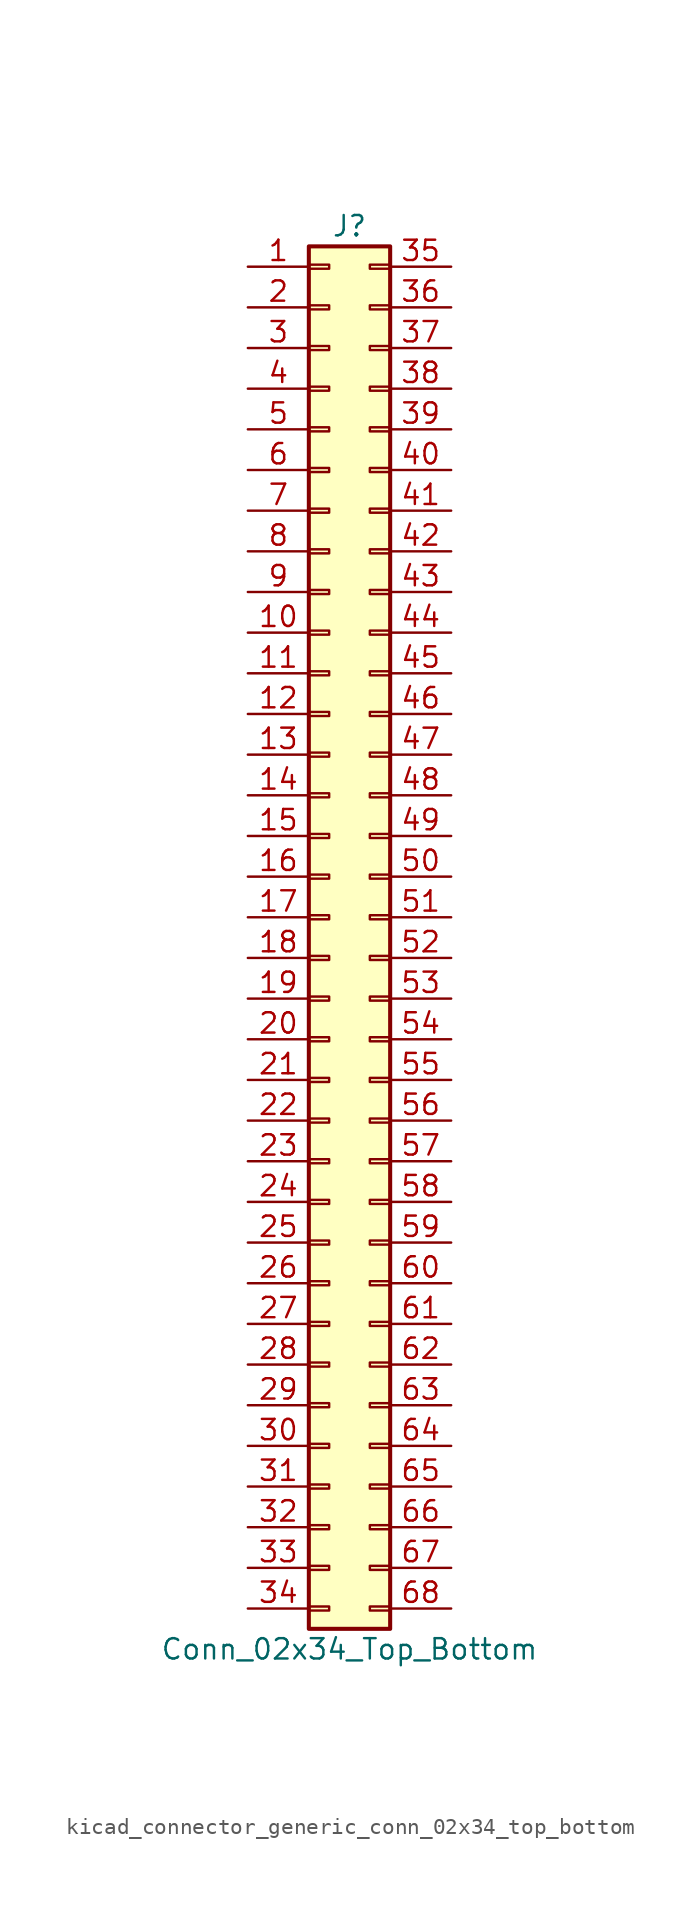
<source format=kicad_sym>
(kicad_symbol_lib
  (version 20220914)
  (generator kicad_symbol_editor)
  (symbol "kicad_connector_generic_conn_02x34_top_bottom"
    (pin_names
      (offset 1.016) hide)
    (property "Reference" "J"
      (at 1.27 43.18 0)
      (effects (font (size 1.27 1.27))))
    (property "Value" "Conn_02x34_Top_Bottom"
      (at 1.27 -45.72 0)
      (effects (font (size 1.27 1.27))))
    (symbol "kicad_connector_generic_conn_02x34_top_bottom_1_1"
      (rectangle (start -1.27 -43.053) (end 0 -43.307) (stroke (width 0.152) (type default)) (fill (type none)))
      (rectangle (start -1.27 -40.513) (end 0 -40.767) (stroke (width 0.152) (type default)) (fill (type none)))
      (rectangle (start -1.27 -37.973) (end 0 -38.227) (stroke (width 0.152) (type default)) (fill (type none)))
      (rectangle (start -1.27 -35.433) (end 0 -35.687) (stroke (width 0.152) (type default)) (fill (type none)))
      (rectangle (start -1.27 -32.893) (end 0 -33.147) (stroke (width 0.152) (type default)) (fill (type none)))
      (rectangle (start -1.27 -30.353) (end 0 -30.607) (stroke (width 0.152) (type default)) (fill (type none)))
      (rectangle (start -1.27 -27.813) (end 0 -28.067) (stroke (width 0.152) (type default)) (fill (type none)))
      (rectangle (start -1.27 -25.273) (end 0 -25.527) (stroke (width 0.152) (type default)) (fill (type none)))
      (rectangle (start -1.27 -22.733) (end 0 -22.987) (stroke (width 0.152) (type default)) (fill (type none)))
      (rectangle (start -1.27 -20.193) (end 0 -20.447) (stroke (width 0.152) (type default)) (fill (type none)))
      (rectangle (start -1.27 -17.653) (end 0 -17.907) (stroke (width 0.152) (type default)) (fill (type none)))
      (rectangle (start -1.27 -15.113) (end 0 -15.367) (stroke (width 0.152) (type default)) (fill (type none)))
      (rectangle (start -1.27 -12.573) (end 0 -12.827) (stroke (width 0.152) (type default)) (fill (type none)))
      (rectangle (start -1.27 -10.033) (end 0 -10.287) (stroke (width 0.152) (type default)) (fill (type none)))
      (rectangle (start -1.27 -7.493) (end 0 -7.747) (stroke (width 0.152) (type default)) (fill (type none)))
      (rectangle (start -1.27 -4.953) (end 0 -5.207) (stroke (width 0.152) (type default)) (fill (type none)))
      (rectangle (start -1.27 -2.413) (end 0 -2.667) (stroke (width 0.152) (type default)) (fill (type none)))
      (rectangle (start -1.27 0.127) (end 0 -0.127) (stroke (width 0.152) (type default)) (fill (type none)))
      (rectangle (start -1.27 2.667) (end 0 2.413) (stroke (width 0.152) (type default)) (fill (type none)))
      (rectangle (start -1.27 5.207) (end 0 4.953) (stroke (width 0.152) (type default)) (fill (type none)))
      (rectangle (start -1.27 7.747) (end 0 7.493) (stroke (width 0.152) (type default)) (fill (type none)))
      (rectangle (start -1.27 10.287) (end 0 10.033) (stroke (width 0.152) (type default)) (fill (type none)))
      (rectangle (start -1.27 12.827) (end 0 12.573) (stroke (width 0.152) (type default)) (fill (type none)))
      (rectangle (start -1.27 15.367) (end 0 15.113) (stroke (width 0.152) (type default)) (fill (type none)))
      (rectangle (start -1.27 17.907) (end 0 17.653) (stroke (width 0.152) (type default)) (fill (type none)))
      (rectangle (start -1.27 20.447) (end 0 20.193) (stroke (width 0.152) (type default)) (fill (type none)))
      (rectangle (start -1.27 22.987) (end 0 22.733) (stroke (width 0.152) (type default)) (fill (type none)))
      (rectangle (start -1.27 25.527) (end 0 25.273) (stroke (width 0.152) (type default)) (fill (type none)))
      (rectangle (start -1.27 28.067) (end 0 27.813) (stroke (width 0.152) (type default)) (fill (type none)))
      (rectangle (start -1.27 30.607) (end 0 30.353) (stroke (width 0.152) (type default)) (fill (type none)))
      (rectangle (start -1.27 33.147) (end 0 32.893) (stroke (width 0.152) (type default)) (fill (type none)))
      (rectangle (start -1.27 35.687) (end 0 35.433) (stroke (width 0.152) (type default)) (fill (type none)))
      (rectangle (start -1.27 38.227) (end 0 37.973) (stroke (width 0.152) (type default)) (fill (type none)))
      (rectangle (start -1.27 40.767) (end 0 40.513) (stroke (width 0.152) (type default)) (fill (type none)))
      (rectangle (start -1.27 41.91) (end 3.81 -44.45) (stroke (width 0.254) (type default)) (fill (type background)))
      (rectangle (start 3.81 -43.053) (end 2.54 -43.307) (stroke (width 0.152) (type default)) (fill (type none)))
      (rectangle (start 3.81 -40.513) (end 2.54 -40.767) (stroke (width 0.152) (type default)) (fill (type none)))
      (rectangle (start 3.81 -37.973) (end 2.54 -38.227) (stroke (width 0.152) (type default)) (fill (type none)))
      (rectangle (start 3.81 -35.433) (end 2.54 -35.687) (stroke (width 0.152) (type default)) (fill (type none)))
      (rectangle (start 3.81 -32.893) (end 2.54 -33.147) (stroke (width 0.152) (type default)) (fill (type none)))
      (rectangle (start 3.81 -30.353) (end 2.54 -30.607) (stroke (width 0.152) (type default)) (fill (type none)))
      (rectangle (start 3.81 -27.813) (end 2.54 -28.067) (stroke (width 0.152) (type default)) (fill (type none)))
      (rectangle (start 3.81 -25.273) (end 2.54 -25.527) (stroke (width 0.152) (type default)) (fill (type none)))
      (rectangle (start 3.81 -22.733) (end 2.54 -22.987) (stroke (width 0.152) (type default)) (fill (type none)))
      (rectangle (start 3.81 -20.193) (end 2.54 -20.447) (stroke (width 0.152) (type default)) (fill (type none)))
      (rectangle (start 3.81 -17.653) (end 2.54 -17.907) (stroke (width 0.152) (type default)) (fill (type none)))
      (rectangle (start 3.81 -15.113) (end 2.54 -15.367) (stroke (width 0.152) (type default)) (fill (type none)))
      (rectangle (start 3.81 -12.573) (end 2.54 -12.827) (stroke (width 0.152) (type default)) (fill (type none)))
      (rectangle (start 3.81 -10.033) (end 2.54 -10.287) (stroke (width 0.152) (type default)) (fill (type none)))
      (rectangle (start 3.81 -7.493) (end 2.54 -7.747) (stroke (width 0.152) (type default)) (fill (type none)))
      (rectangle (start 3.81 -4.953) (end 2.54 -5.207) (stroke (width 0.152) (type default)) (fill (type none)))
      (rectangle (start 3.81 -2.413) (end 2.54 -2.667) (stroke (width 0.152) (type default)) (fill (type none)))
      (rectangle (start 3.81 0.127) (end 2.54 -0.127) (stroke (width 0.152) (type default)) (fill (type none)))
      (rectangle (start 3.81 2.667) (end 2.54 2.413) (stroke (width 0.152) (type default)) (fill (type none)))
      (rectangle (start 3.81 5.207) (end 2.54 4.953) (stroke (width 0.152) (type default)) (fill (type none)))
      (rectangle (start 3.81 7.747) (end 2.54 7.493) (stroke (width 0.152) (type default)) (fill (type none)))
      (rectangle (start 3.81 10.287) (end 2.54 10.033) (stroke (width 0.152) (type default)) (fill (type none)))
      (rectangle (start 3.81 12.827) (end 2.54 12.573) (stroke (width 0.152) (type default)) (fill (type none)))
      (rectangle (start 3.81 15.367) (end 2.54 15.113) (stroke (width 0.152) (type default)) (fill (type none)))
      (rectangle (start 3.81 17.907) (end 2.54 17.653) (stroke (width 0.152) (type default)) (fill (type none)))
      (rectangle (start 3.81 20.447) (end 2.54 20.193) (stroke (width 0.152) (type default)) (fill (type none)))
      (rectangle (start 3.81 22.987) (end 2.54 22.733) (stroke (width 0.152) (type default)) (fill (type none)))
      (rectangle (start 3.81 25.527) (end 2.54 25.273) (stroke (width 0.152) (type default)) (fill (type none)))
      (rectangle (start 3.81 28.067) (end 2.54 27.813) (stroke (width 0.152) (type default)) (fill (type none)))
      (rectangle (start 3.81 30.607) (end 2.54 30.353) (stroke (width 0.152) (type default)) (fill (type none)))
      (rectangle (start 3.81 33.147) (end 2.54 32.893) (stroke (width 0.152) (type default)) (fill (type none)))
      (rectangle (start 3.81 35.687) (end 2.54 35.433) (stroke (width 0.152) (type default)) (fill (type none)))
      (rectangle (start 3.81 38.227) (end 2.54 37.973) (stroke (width 0.152) (type default)) (fill (type none)))
      (rectangle (start 3.81 40.767) (end 2.54 40.513) (stroke (width 0.152) (type default)) (fill (type none)))
      (pin passive line (at -5.08 40.64 0) (length 3.81) (name "Pin_1" (effects (font (size 1.27 1.27)))) (number "1" (effects (font (size 1.27 1.27)))))
      (pin passive line (at -5.08 17.78 0) (length 3.81) (name "Pin_10" (effects (font (size 1.27 1.27)))) (number "10" (effects (font (size 1.27 1.27)))))
      (pin passive line (at -5.08 15.24 0) (length 3.81) (name "Pin_11" (effects (font (size 1.27 1.27)))) (number "11" (effects (font (size 1.27 1.27)))))
      (pin passive line (at -5.08 12.7 0) (length 3.81) (name "Pin_12" (effects (font (size 1.27 1.27)))) (number "12" (effects (font (size 1.27 1.27)))))
      (pin passive line (at -5.08 10.16 0) (length 3.81) (name "Pin_13" (effects (font (size 1.27 1.27)))) (number "13" (effects (font (size 1.27 1.27)))))
      (pin passive line (at -5.08 7.62 0) (length 3.81) (name "Pin_14" (effects (font (size 1.27 1.27)))) (number "14" (effects (font (size 1.27 1.27)))))
      (pin passive line (at -5.08 5.08 0) (length 3.81) (name "Pin_15" (effects (font (size 1.27 1.27)))) (number "15" (effects (font (size 1.27 1.27)))))
      (pin passive line (at -5.08 2.54 0) (length 3.81) (name "Pin_16" (effects (font (size 1.27 1.27)))) (number "16" (effects (font (size 1.27 1.27)))))
      (pin passive line (at -5.08 0 0) (length 3.81) (name "Pin_17" (effects (font (size 1.27 1.27)))) (number "17" (effects (font (size 1.27 1.27)))))
      (pin passive line (at -5.08 -2.54 0) (length 3.81) (name "Pin_18" (effects (font (size 1.27 1.27)))) (number "18" (effects (font (size 1.27 1.27)))))
      (pin passive line (at -5.08 -5.08 0) (length 3.81) (name "Pin_19" (effects (font (size 1.27 1.27)))) (number "19" (effects (font (size 1.27 1.27)))))
      (pin passive line (at -5.08 38.1 0) (length 3.81) (name "Pin_2" (effects (font (size 1.27 1.27)))) (number "2" (effects (font (size 1.27 1.27)))))
      (pin passive line (at -5.08 -7.62 0) (length 3.81) (name "Pin_20" (effects (font (size 1.27 1.27)))) (number "20" (effects (font (size 1.27 1.27)))))
      (pin passive line (at -5.08 -10.16 0) (length 3.81) (name "Pin_21" (effects (font (size 1.27 1.27)))) (number "21" (effects (font (size 1.27 1.27)))))
      (pin passive line (at -5.08 -12.7 0) (length 3.81) (name "Pin_22" (effects (font (size 1.27 1.27)))) (number "22" (effects (font (size 1.27 1.27)))))
      (pin passive line (at -5.08 -15.24 0) (length 3.81) (name "Pin_23" (effects (font (size 1.27 1.27)))) (number "23" (effects (font (size 1.27 1.27)))))
      (pin passive line (at -5.08 -17.78 0) (length 3.81) (name "Pin_24" (effects (font (size 1.27 1.27)))) (number "24" (effects (font (size 1.27 1.27)))))
      (pin passive line (at -5.08 -20.32 0) (length 3.81) (name "Pin_25" (effects (font (size 1.27 1.27)))) (number "25" (effects (font (size 1.27 1.27)))))
      (pin passive line (at -5.08 -22.86 0) (length 3.81) (name "Pin_26" (effects (font (size 1.27 1.27)))) (number "26" (effects (font (size 1.27 1.27)))))
      (pin passive line (at -5.08 -25.4 0) (length 3.81) (name "Pin_27" (effects (font (size 1.27 1.27)))) (number "27" (effects (font (size 1.27 1.27)))))
      (pin passive line (at -5.08 -27.94 0) (length 3.81) (name "Pin_28" (effects (font (size 1.27 1.27)))) (number "28" (effects (font (size 1.27 1.27)))))
      (pin passive line (at -5.08 -30.48 0) (length 3.81) (name "Pin_29" (effects (font (size 1.27 1.27)))) (number "29" (effects (font (size 1.27 1.27)))))
      (pin passive line (at -5.08 35.56 0) (length 3.81) (name "Pin_3" (effects (font (size 1.27 1.27)))) (number "3" (effects (font (size 1.27 1.27)))))
      (pin passive line (at -5.08 -33.02 0) (length 3.81) (name "Pin_30" (effects (font (size 1.27 1.27)))) (number "30" (effects (font (size 1.27 1.27)))))
      (pin passive line (at -5.08 -35.56 0) (length 3.81) (name "Pin_31" (effects (font (size 1.27 1.27)))) (number "31" (effects (font (size 1.27 1.27)))))
      (pin passive line (at -5.08 -38.1 0) (length 3.81) (name "Pin_32" (effects (font (size 1.27 1.27)))) (number "32" (effects (font (size 1.27 1.27)))))
      (pin passive line (at -5.08 -40.64 0) (length 3.81) (name "Pin_33" (effects (font (size 1.27 1.27)))) (number "33" (effects (font (size 1.27 1.27)))))
      (pin passive line (at -5.08 -43.18 0) (length 3.81) (name "Pin_34" (effects (font (size 1.27 1.27)))) (number "34" (effects (font (size 1.27 1.27)))))
      (pin passive line (at 7.62 40.64 180) (length 3.81) (name "Pin_35" (effects (font (size 1.27 1.27)))) (number "35" (effects (font (size 1.27 1.27)))))
      (pin passive line (at 7.62 38.1 180) (length 3.81) (name "Pin_36" (effects (font (size 1.27 1.27)))) (number "36" (effects (font (size 1.27 1.27)))))
      (pin passive line (at 7.62 35.56 180) (length 3.81) (name "Pin_37" (effects (font (size 1.27 1.27)))) (number "37" (effects (font (size 1.27 1.27)))))
      (pin passive line (at 7.62 33.02 180) (length 3.81) (name "Pin_38" (effects (font (size 1.27 1.27)))) (number "38" (effects (font (size 1.27 1.27)))))
      (pin passive line (at 7.62 30.48 180) (length 3.81) (name "Pin_39" (effects (font (size 1.27 1.27)))) (number "39" (effects (font (size 1.27 1.27)))))
      (pin passive line (at -5.08 33.02 0) (length 3.81) (name "Pin_4" (effects (font (size 1.27 1.27)))) (number "4" (effects (font (size 1.27 1.27)))))
      (pin passive line (at 7.62 27.94 180) (length 3.81) (name "Pin_40" (effects (font (size 1.27 1.27)))) (number "40" (effects (font (size 1.27 1.27)))))
      (pin passive line (at 7.62 25.4 180) (length 3.81) (name "Pin_41" (effects (font (size 1.27 1.27)))) (number "41" (effects (font (size 1.27 1.27)))))
      (pin passive line (at 7.62 22.86 180) (length 3.81) (name "Pin_42" (effects (font (size 1.27 1.27)))) (number "42" (effects (font (size 1.27 1.27)))))
      (pin passive line (at 7.62 20.32 180) (length 3.81) (name "Pin_43" (effects (font (size 1.27 1.27)))) (number "43" (effects (font (size 1.27 1.27)))))
      (pin passive line (at 7.62 17.78 180) (length 3.81) (name "Pin_44" (effects (font (size 1.27 1.27)))) (number "44" (effects (font (size 1.27 1.27)))))
      (pin passive line (at 7.62 15.24 180) (length 3.81) (name "Pin_45" (effects (font (size 1.27 1.27)))) (number "45" (effects (font (size 1.27 1.27)))))
      (pin passive line (at 7.62 12.7 180) (length 3.81) (name "Pin_46" (effects (font (size 1.27 1.27)))) (number "46" (effects (font (size 1.27 1.27)))))
      (pin passive line (at 7.62 10.16 180) (length 3.81) (name "Pin_47" (effects (font (size 1.27 1.27)))) (number "47" (effects (font (size 1.27 1.27)))))
      (pin passive line (at 7.62 7.62 180) (length 3.81) (name "Pin_48" (effects (font (size 1.27 1.27)))) (number "48" (effects (font (size 1.27 1.27)))))
      (pin passive line (at 7.62 5.08 180) (length 3.81) (name "Pin_49" (effects (font (size 1.27 1.27)))) (number "49" (effects (font (size 1.27 1.27)))))
      (pin passive line (at -5.08 30.48 0) (length 3.81) (name "Pin_5" (effects (font (size 1.27 1.27)))) (number "5" (effects (font (size 1.27 1.27)))))
      (pin passive line (at 7.62 2.54 180) (length 3.81) (name "Pin_50" (effects (font (size 1.27 1.27)))) (number "50" (effects (font (size 1.27 1.27)))))
      (pin passive line (at 7.62 0 180) (length 3.81) (name "Pin_51" (effects (font (size 1.27 1.27)))) (number "51" (effects (font (size 1.27 1.27)))))
      (pin passive line (at 7.62 -2.54 180) (length 3.81) (name "Pin_52" (effects (font (size 1.27 1.27)))) (number "52" (effects (font (size 1.27 1.27)))))
      (pin passive line (at 7.62 -5.08 180) (length 3.81) (name "Pin_53" (effects (font (size 1.27 1.27)))) (number "53" (effects (font (size 1.27 1.27)))))
      (pin passive line (at 7.62 -7.62 180) (length 3.81) (name "Pin_54" (effects (font (size 1.27 1.27)))) (number "54" (effects (font (size 1.27 1.27)))))
      (pin passive line (at 7.62 -10.16 180) (length 3.81) (name "Pin_55" (effects (font (size 1.27 1.27)))) (number "55" (effects (font (size 1.27 1.27)))))
      (pin passive line (at 7.62 -12.7 180) (length 3.81) (name "Pin_56" (effects (font (size 1.27 1.27)))) (number "56" (effects (font (size 1.27 1.27)))))
      (pin passive line (at 7.62 -15.24 180) (length 3.81) (name "Pin_57" (effects (font (size 1.27 1.27)))) (number "57" (effects (font (size 1.27 1.27)))))
      (pin passive line (at 7.62 -17.78 180) (length 3.81) (name "Pin_58" (effects (font (size 1.27 1.27)))) (number "58" (effects (font (size 1.27 1.27)))))
      (pin passive line (at 7.62 -20.32 180) (length 3.81) (name "Pin_59" (effects (font (size 1.27 1.27)))) (number "59" (effects (font (size 1.27 1.27)))))
      (pin passive line (at -5.08 27.94 0) (length 3.81) (name "Pin_6" (effects (font (size 1.27 1.27)))) (number "6" (effects (font (size 1.27 1.27)))))
      (pin passive line (at 7.62 -22.86 180) (length 3.81) (name "Pin_60" (effects (font (size 1.27 1.27)))) (number "60" (effects (font (size 1.27 1.27)))))
      (pin passive line (at 7.62 -25.4 180) (length 3.81) (name "Pin_61" (effects (font (size 1.27 1.27)))) (number "61" (effects (font (size 1.27 1.27)))))
      (pin passive line (at 7.62 -27.94 180) (length 3.81) (name "Pin_62" (effects (font (size 1.27 1.27)))) (number "62" (effects (font (size 1.27 1.27)))))
      (pin passive line (at 7.62 -30.48 180) (length 3.81) (name "Pin_63" (effects (font (size 1.27 1.27)))) (number "63" (effects (font (size 1.27 1.27)))))
      (pin passive line (at 7.62 -33.02 180) (length 3.81) (name "Pin_64" (effects (font (size 1.27 1.27)))) (number "64" (effects (font (size 1.27 1.27)))))
      (pin passive line (at 7.62 -35.56 180) (length 3.81) (name "Pin_65" (effects (font (size 1.27 1.27)))) (number "65" (effects (font (size 1.27 1.27)))))
      (pin passive line (at 7.62 -38.1 180) (length 3.81) (name "Pin_66" (effects (font (size 1.27 1.27)))) (number "66" (effects (font (size 1.27 1.27)))))
      (pin passive line (at 7.62 -40.64 180) (length 3.81) (name "Pin_67" (effects (font (size 1.27 1.27)))) (number "67" (effects (font (size 1.27 1.27)))))
      (pin passive line (at 7.62 -43.18 180) (length 3.81) (name "Pin_68" (effects (font (size 1.27 1.27)))) (number "68" (effects (font (size 1.27 1.27)))))
      (pin passive line (at -5.08 25.4 0) (length 3.81) (name "Pin_7" (effects (font (size 1.27 1.27)))) (number "7" (effects (font (size 1.27 1.27)))))
      (pin passive line (at -5.08 22.86 0) (length 3.81) (name "Pin_8" (effects (font (size 1.27 1.27)))) (number "8" (effects (font (size 1.27 1.27)))))
      (pin passive line (at -5.08 20.32 0) (length 3.81) (name "Pin_9" (effects (font (size 1.27 1.27)))) (number "9" (effects (font (size 1.27 1.27))))))))
</source>
